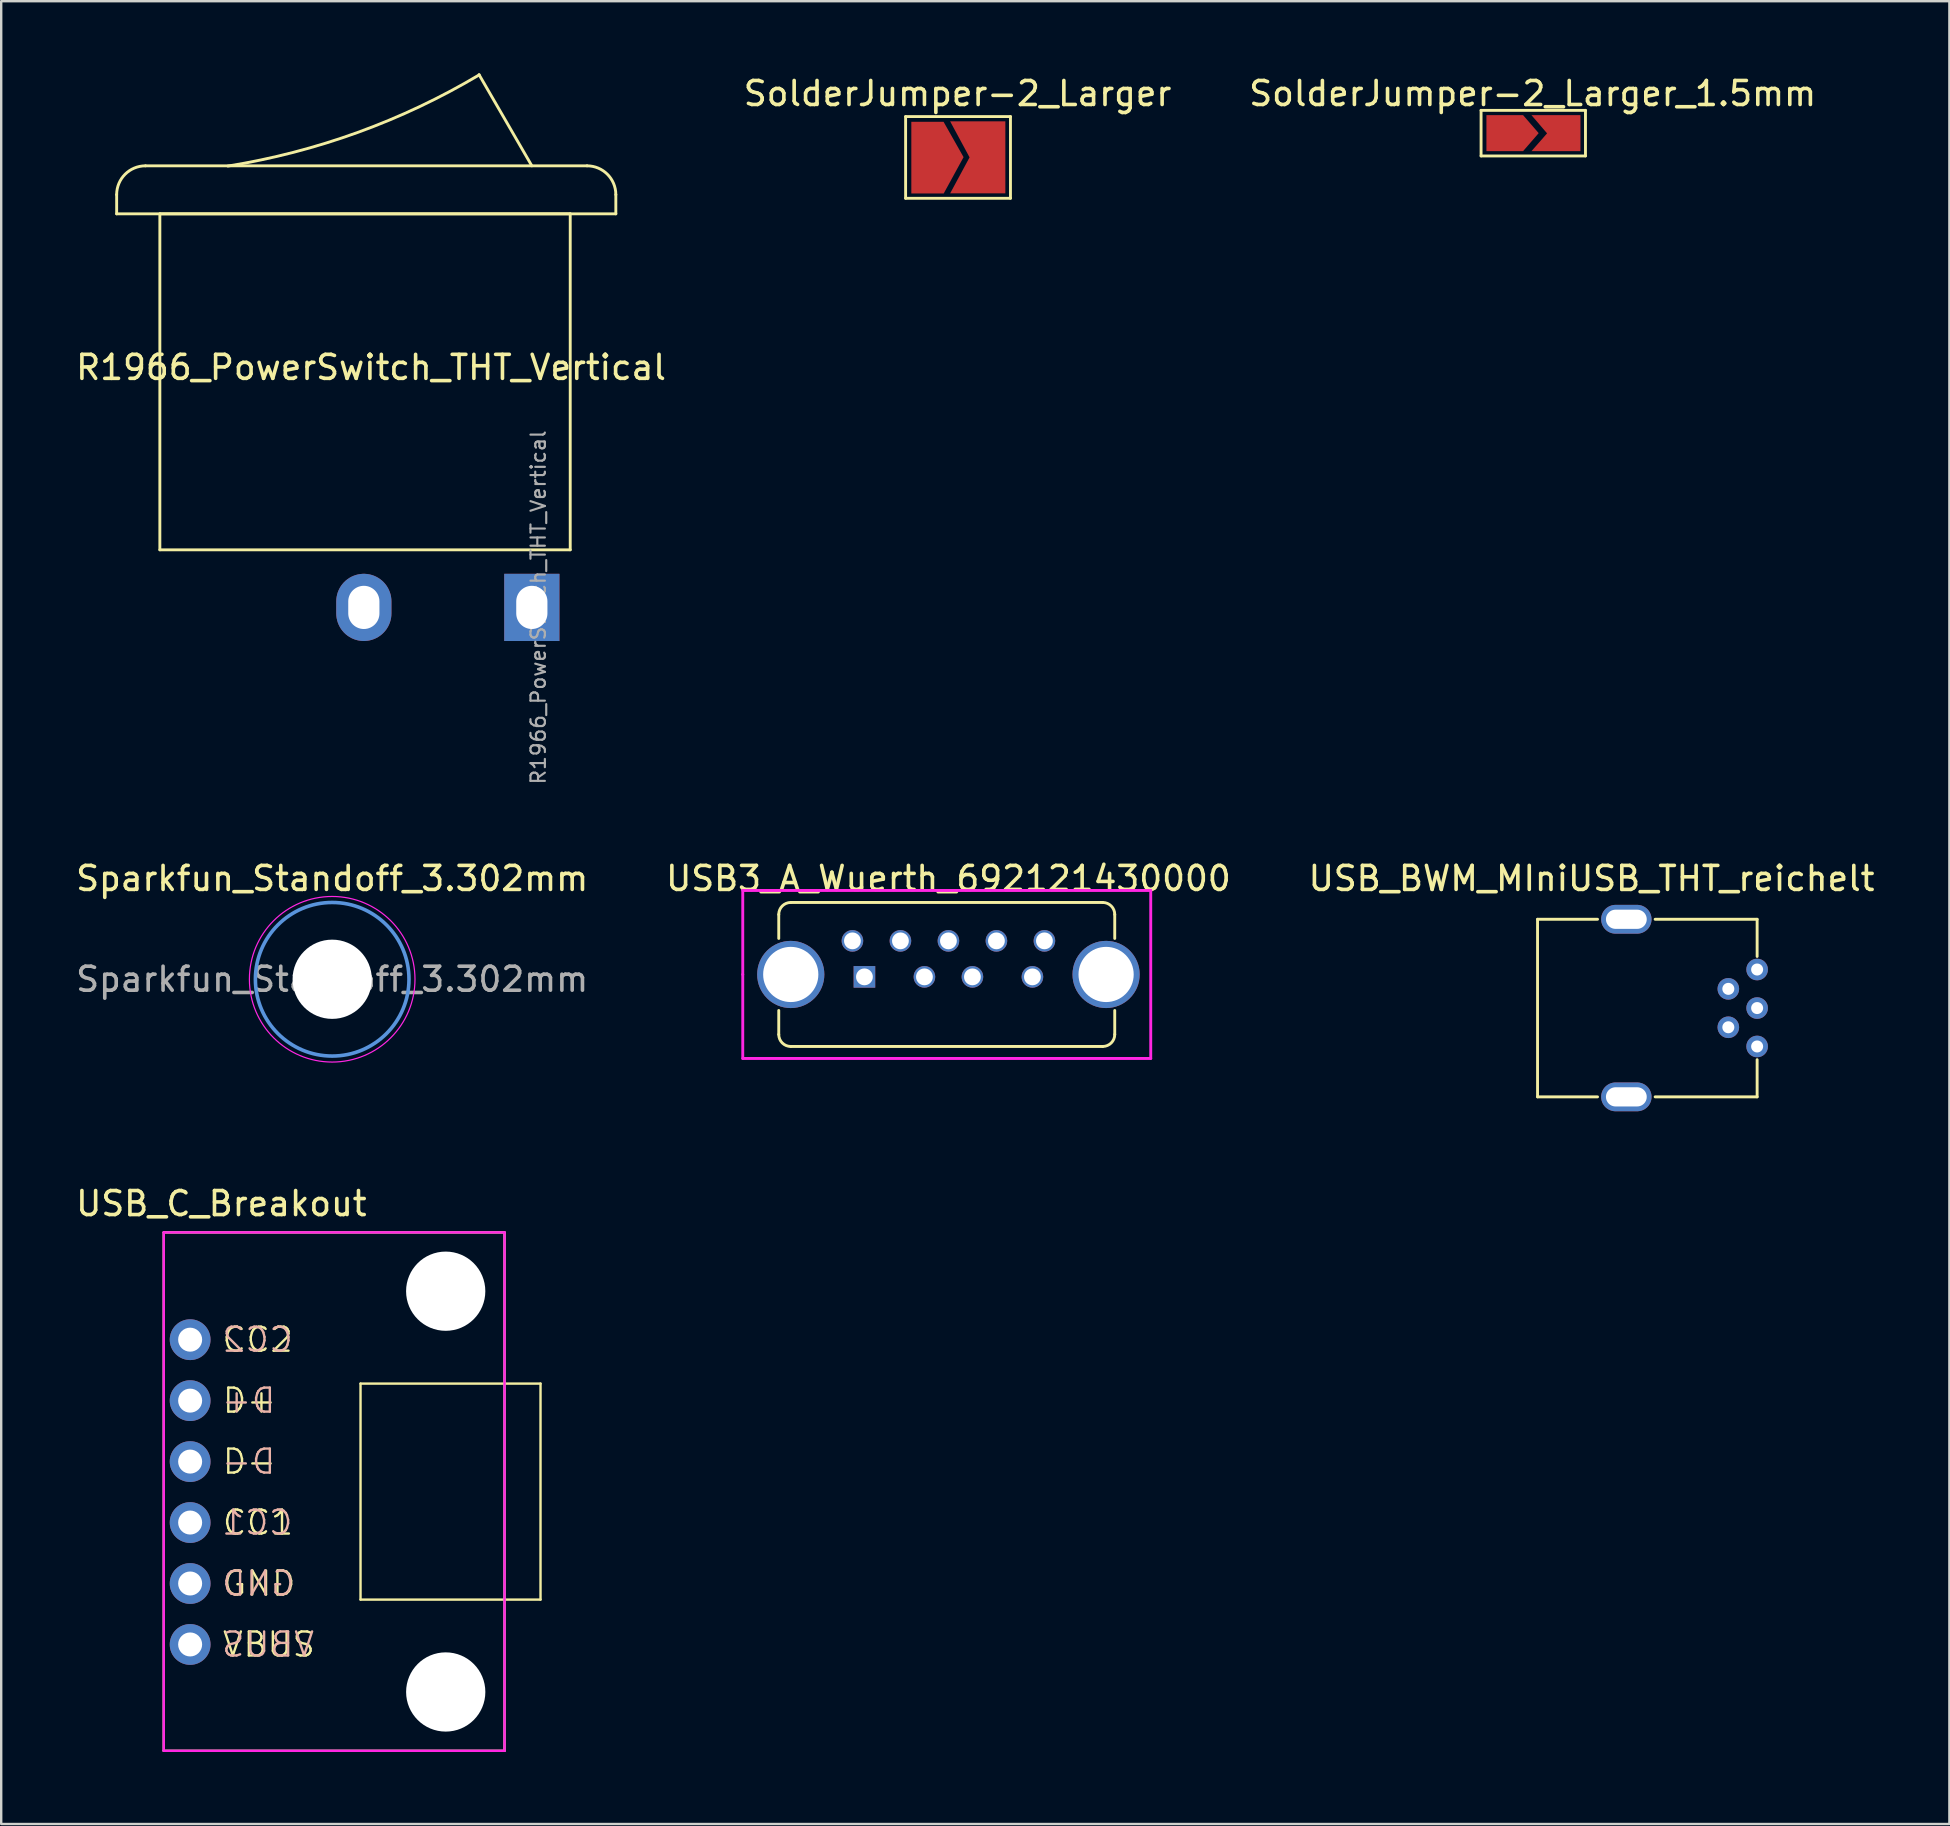
<source format=kicad_pcb>
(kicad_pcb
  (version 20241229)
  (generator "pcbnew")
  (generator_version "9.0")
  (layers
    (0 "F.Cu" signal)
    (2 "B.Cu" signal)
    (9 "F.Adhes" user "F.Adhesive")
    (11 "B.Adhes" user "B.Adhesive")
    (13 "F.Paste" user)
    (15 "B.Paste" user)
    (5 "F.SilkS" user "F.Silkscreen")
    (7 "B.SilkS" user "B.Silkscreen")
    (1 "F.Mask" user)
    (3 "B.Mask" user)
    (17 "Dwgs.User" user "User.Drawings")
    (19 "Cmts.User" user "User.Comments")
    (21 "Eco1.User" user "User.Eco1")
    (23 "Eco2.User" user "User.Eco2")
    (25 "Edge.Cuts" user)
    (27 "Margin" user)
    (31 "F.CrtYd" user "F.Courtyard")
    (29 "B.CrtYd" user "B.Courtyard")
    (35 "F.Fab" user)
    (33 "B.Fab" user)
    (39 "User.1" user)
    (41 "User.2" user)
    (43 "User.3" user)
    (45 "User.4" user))
  (footprint "R1966_PowerSwitch_THT_Vertical"
    (layer "F.Cu")
    (at 19.111 22.26)
    (property "Reference" "R1966_PowerSwitch_THT_Vertical" (at -6.7 -10 0) (layer "F.SilkS") (effects (font (size 1 1) (thickness 0.15))))
    (attr through_hole)
    (fp_line (start -17.3 -17.2) (end -17.3 -16.4) (stroke (width 0.12) (type solid)) (layer "F.SilkS"))
    (fp_line (start -17.3 -16.4) (end 3.5 -16.4) (stroke (width 0.12) (type solid)) (layer "F.SilkS"))
    (fp_line (start -15.5 -16.4) (end -15.5 -2.4) (stroke (width 0.12) (type solid)) (layer "F.SilkS"))
    (fp_line (start -15.5 -16.4) (end 1.6 -16.4) (stroke (width 0.12) (type solid)) (layer "F.SilkS"))
    (fp_line (start -15.5 -2.4) (end 1.6 -2.4) (stroke (width 0.12) (type solid)) (layer "F.SilkS"))
    (fp_line (start 0 -18.4) (end -2.2 -22.2) (stroke (width 0.12) (type solid)) (layer "F.SilkS"))
    (fp_line (start 1.6 -16.4) (end 1.6 -2.4) (stroke (width 0.12) (type solid)) (layer "F.SilkS"))
    (fp_line (start 2.3 -18.4) (end -16.1 -18.4) (stroke (width 0.12) (type solid)) (layer "F.SilkS"))
    (fp_line (start 3.5 -16.4) (end 3.5 -17.2) (stroke (width 0.12) (type solid)) (layer "F.SilkS"))
    (fp_arc (start -17.3 -17.2) (mid -16.948528 -18.048528) (end -16.1 -18.4) (stroke (width 0.12) (type solid)) (layer "F.SilkS"))
    (fp_arc (start -2.193452 -22.188996) (mid -7.250698 -19.793704) (end -12.667702 -18.390411) (stroke (width 0.12) (type solid)) (layer "F.SilkS"))
    (fp_arc (start 2.3 -18.4) (mid 3.148528 -18.048528) (end 3.5 -17.2) (stroke (width 0.12) (type solid)) (layer "F.SilkS"))
    (fp_text user "${REFERENCE}" (at 0.27 0 90) (layer "F.Fab") (effects (font (size 0.6 0.6) (thickness 0.09))))
    (pad "1" thru_hole rect (at 0 0) (size 2.3 2.8) (drill oval 1.3 1.8) (layers "*.Cu" "*.Mask"))
    (pad "2" thru_hole oval (at -7 0) (size 2.3 2.8) (drill oval 1.3 1.8) (layers "*.Cu" "*.Mask")))
  (footprint "SolderJumper-2_Larger_1.5mm"
    (layer "F.Cu")
    (at 60.815 2.498)
    (property "Reference" "SolderJumper-2_Larger_1.5mm" (at 0 -1.65 0) (layer "F.SilkS") (effects (font (size 1 1) (thickness 0.15))))
    (attr exclude_from_pos_files exclude_from_bom)
    (fp_line (start -2.15 -0.95) (end 2.2 -0.95) (stroke (width 0.12) (type solid)) (layer "F.SilkS"))
    (fp_line (start -2.15 0.95) (end -2.15 -0.95) (stroke (width 0.12) (type solid)) (layer "F.SilkS"))
    (fp_line (start 2.2 -0.95) (end 2.2 0.95) (stroke (width 0.12) (type solid)) (layer "F.SilkS"))
    (fp_line (start 2.2 0.95) (end -2.15 0.95) (stroke (width 0.12) (type solid)) (layer "F.SilkS"))
    (pad "1" smd custom (at -1.067 0 180) (size 0.86 0.889) (layers "F.Cu" "F.Mask") (options (anchor rect)) (primitives (gr_poly (pts (xy -1.317 0) (xy -0.667 -0.75) (xy 0.86 -0.75) (xy 0.86 0.75) (xy -0.667 0.75)) (width 0) (fill yes))))
    (pad "2" smd custom (at 1.295 0 180) (size 0.762 0.762) (layers "F.Cu" "F.Mask") (options (anchor rect)) (primitives (gr_poly (pts (xy -0.696 -0.75) (xy 1.345 -0.75) (xy 0.695 -0.009) (xy 1.345 0.75) (xy -0.696 0.75)) (width 0) (fill yes)))))
  (footprint "USB3_A_Wuerth_692121430000"
    (layer "F.Cu")
    (at 29.9 37.555)
    (property "Reference" "USB3_A_Wuerth_692121430000" (at 6.57 -4 0) (layer "F.SilkS") (effects (font (size 1 1) (thickness 0.15))))
    (attr through_hole)
    (fp_line (start -0.5 -2.5) (end -0.5 -1.5) (stroke (width 0.12) (type solid)) (layer "F.SilkS"))
    (fp_line (start -0.5 1.5) (end -0.5 2.5) (stroke (width 0.12) (type solid)) (layer "F.SilkS"))
    (fp_line (start 0 3) (end 13 3) (stroke (width 0.12) (type solid)) (layer "F.SilkS"))
    (fp_line (start 13 -3) (end 0 -3) (stroke (width 0.12) (type solid)) (layer "F.SilkS"))
    (fp_line (start 13.5 -1.5) (end 13.5 -2.5) (stroke (width 0.12) (type solid)) (layer "F.SilkS"))
    (fp_line (start 13.5 2.5) (end 13.5 1.5) (stroke (width 0.12) (type solid)) (layer "F.SilkS"))
    (fp_arc (start -0.5 -2.5) (mid -0.353553 -2.853553) (end 0 -3) (stroke (width 0.12) (type solid)) (layer "F.SilkS"))
    (fp_arc (start 0 3) (mid -0.353553 2.853553) (end -0.5 2.5) (stroke (width 0.12) (type solid)) (layer "F.SilkS"))
    (fp_arc (start 13 -3) (mid 13.353553 -2.853553) (end 13.5 -2.5) (stroke (width 0.12) (type solid)) (layer "F.SilkS"))
    (fp_arc (start 13.5 2.5) (mid 13.353553 2.853553) (end 13 3) (stroke (width 0.12) (type solid)) (layer "F.SilkS"))
    (fp_line (start -2 -3.5) (end 15 -3.5) (stroke (width 0.12) (type solid)) (layer "F.CrtYd"))
    (fp_line (start -2 0) (end -2 -3.5) (stroke (width 0.12) (type solid)) (layer "F.CrtYd"))
    (fp_line (start -2 3.5) (end -2 0) (stroke (width 0.12) (type solid)) (layer "F.CrtYd"))
    (fp_line (start 15 -3.5) (end 15 3.5) (stroke (width 0.12) (type solid)) (layer "F.CrtYd"))
    (fp_line (start 15 3.5) (end -2 3.5) (stroke (width 0.12) (type solid)) (layer "F.CrtYd"))
    (pad "1" thru_hole rect (at 3.07 0.1) (size 0.9 0.9) (drill 0.7) (layers "*.Cu" "*.Mask"))
    (pad "2" thru_hole circle (at 5.57 0.1) (size 0.9 0.9) (drill 0.7) (layers "*.Cu" "*.Mask"))
    (pad "3" thru_hole circle (at 7.57 0.1) (size 0.9 0.9) (drill 0.7) (layers "*.Cu" "*.Mask"))
    (pad "4" thru_hole circle (at 10.07 0.1) (size 0.9 0.9) (drill 0.7) (layers "*.Cu" "*.Mask"))
    (pad "5" thru_hole circle (at 10.57 -1.4) (size 0.9 0.9) (drill 0.7) (layers "*.Cu" "*.Mask"))
    (pad "6" thru_hole circle (at 8.57 -1.4) (size 0.9 0.9) (drill 0.7) (layers "*.Cu" "*.Mask"))
    (pad "7" thru_hole circle (at 6.57 -1.4) (size 0.9 0.9) (drill 0.7) (layers "*.Cu" "*.Mask"))
    (pad "8" thru_hole circle (at 4.57 -1.4) (size 0.9 0.9) (drill 0.7) (layers "*.Cu" "*.Mask"))
    (pad "9" thru_hole circle (at 2.57 -1.4) (size 0.9 0.9) (drill 0.7) (layers "*.Cu" "*.Mask"))
    (pad "10" thru_hole circle (at 0 0) (size 2.8 2.8) (drill 2.3) (layers "*.Cu" "*.Mask"))
    (pad "10" thru_hole circle (at 13.14 0) (size 2.8 2.8) (drill 2.3) (layers "*.Cu" "*.Mask")))
  (footprint "USB_BWM_MIniUSB_THT_reichelt"
    (layer "F.Cu")
    (at 61.018 35.255)
    (property "Reference" "USB_BWM_MIniUSB_THT_reichelt" (at 2.25 -1.7 0) (layer "F.SilkS") (effects (font (size 1 1) (thickness 0.15))))
    (attr through_hole)
    (fp_line (start 0 0) (end 0 7.4) (stroke (width 0.12) (type solid)) (layer "F.SilkS"))
    (fp_line (start 2.5 0) (end 0 0) (stroke (width 0.12) (type solid)) (layer "F.SilkS"))
    (fp_line (start 2.5 7.4) (end 0 7.4) (stroke (width 0.12) (type solid)) (layer "F.SilkS"))
    (fp_line (start 9.15 0) (end 4.9 0) (stroke (width 0.12) (type solid)) (layer "F.SilkS"))
    (fp_line (start 9.15 0) (end 9.15 1.55) (stroke (width 0.12) (type solid)) (layer "F.SilkS"))
    (fp_line (start 9.15 5.85) (end 9.15 7.4) (stroke (width 0.12) (type solid)) (layer "F.SilkS"))
    (fp_line (start 9.15 7.4) (end 4.9 7.4) (stroke (width 0.12) (type solid)) (layer "F.SilkS"))
    (pad "" thru_hole oval (at 3.7 0) (size 2.1 1.2) (drill oval 1.7 0.8) (layers "*.Cu" "*.Mask"))
    (pad "" thru_hole oval (at 3.7 7.4) (size 2.1 1.2) (drill oval 1.7 0.8) (layers "*.Cu" "*.Mask"))
    (pad "1" thru_hole circle (at 9.15 2.094) (size 0.9 0.9) (drill 0.5) (layers "*.Cu" "*.Mask"))
    (pad "2" thru_hole circle (at 7.95 2.9) (size 0.9 0.9) (drill 0.5) (layers "*.Cu" "*.Mask"))
    (pad "3" thru_hole circle (at 9.15 3.7) (size 0.9 0.9) (drill 0.5) (layers "*.Cu" "*.Mask"))
    (pad "4" thru_hole circle (at 7.95 4.5) (size 0.9 0.9) (drill 0.5) (layers "*.Cu" "*.Mask"))
    (pad "5" thru_hole circle (at 9.15 5.3) (size 0.9 0.9) (drill 0.5) (layers "*.Cu" "*.Mask")))
  (footprint "Sparkfun_Standoff_3.302mm"
    (layer "F.Cu")
    (at 10.792 37.755)
    (property "Reference" "Sparkfun_Standoff_3.302mm" (at 0 -4.2 0) (layer "F.SilkS") (effects (font (size 1 1) (thickness 0.15))))
    (attr exclude_from_pos_files exclude_from_bom)
    (fp_circle (center 0 0) (end 3.2 0) (stroke (width 0.15) (type solid)) (fill no) (layer "Cmts.User"))
    (fp_circle (center 0 0) (end 3.45 0) (stroke (width 0.05) (type solid)) (fill no) (layer "F.CrtYd"))
    (fp_text user "${REFERENCE}" (at 0 0 0) (layer "F.Fab") (effects (font (size 1 1) (thickness 0.15))))
    (pad "" np_thru_hole circle (at 0 0) (size 3.302 3.302) (drill 3.302) (layers "*.Cu" "*.Mask")))
  (footprint "SolderJumper-2_Larger"
    (layer "F.Cu")
    (at 36.851 3.498)
    (property "Reference" "SolderJumper-2_Larger" (at 0 -2.65 0) (layer "F.SilkS") (effects (font (size 1 1) (thickness 0.15))))
    (attr exclude_from_pos_files exclude_from_bom)
    (fp_line (start -2.165 -1.69) (end 2.204 -1.69) (stroke (width 0.12) (type solid)) (layer "F.SilkS"))
    (fp_line (start -2.165 1.714) (end -2.165 -1.69) (stroke (width 0.12) (type solid)) (layer "F.SilkS"))
    (fp_line (start 2.204 -1.69) (end 2.204 1.714) (stroke (width 0.12) (type solid)) (layer "F.SilkS"))
    (fp_line (start 2.204 1.714) (end -2.165 1.714) (stroke (width 0.12) (type solid)) (layer "F.SilkS"))
    (pad "1" smd custom (at -1.067 0 180) (size 0.86 0.889) (layers "F.Cu" "F.Mask") (options (anchor rect)) (primitives (gr_poly (pts (xy -1.317 0) (xy -0.49 -1.513) (xy 0.86 -1.513) (xy 0.86 1.473) (xy -0.483 1.473)) (width 0) (fill yes))))
    (pad "2" smd custom (at 1.295 0 180) (size 0.762 0.762) (layers "F.Cu" "F.Mask") (options (anchor rect)) (primitives (gr_poly (pts (xy -0.696 -1.509) (xy 1.604 -1.509) (xy 0.795 -0.009) (xy 1.604 1.491) (xy -0.696 1.491)) (width 0) (fill yes)))))
  (footprint "USB_C_Breakout"
    (layer "F.Cu")
    (at 3.773 48.303)
    (property "Reference" "USB_C_Breakout" (at 2.4 -1.2 0) (layer "F.SilkS") (effects (font (size 1 1) (thickness 0.15))))
    (attr through_hole)
    (fp_line (start 0 0) (end 14.2 0) (stroke (width 0.1) (type default)) (layer "F.SilkS"))
    (fp_line (start 0 21.6) (end 0 0) (stroke (width 0.1) (type default)) (layer "F.SilkS"))
    (fp_line (start 8.2 6.3) (end 15.7 6.3) (stroke (width 0.1) (type default)) (layer "F.SilkS"))
    (fp_line (start 8.2 15.3) (end 8.2 6.3) (stroke (width 0.1) (type default)) (layer "F.SilkS"))
    (fp_line (start 14.2 0) (end 14.2 21.6) (stroke (width 0.1) (type default)) (layer "F.SilkS"))
    (fp_line (start 14.2 21.6) (end 0 21.6) (stroke (width 0.1) (type default)) (layer "F.SilkS"))
    (fp_line (start 15.7 6.3) (end 15.7 15.3) (stroke (width 0.1) (type default)) (layer "F.SilkS"))
    (fp_line (start 15.7 15.3) (end 8.2 15.3) (stroke (width 0.1) (type default)) (layer "F.SilkS"))
    (fp_line (start 0 0) (end 14.2 0) (stroke (width 0.1) (type default)) (layer "F.CrtYd"))
    (fp_line (start 0 21.6) (end 0 0) (stroke (width 0.1) (type default)) (layer "F.CrtYd"))
    (fp_line (start 14.2 0) (end 14.2 21.6) (stroke (width 0.1) (type default)) (layer "F.CrtYd"))
    (fp_line (start 14.2 21.6) (end 0 21.6) (stroke (width 0.1) (type default)) (layer "F.CrtYd"))
    (fp_text user "CC2" (at 2.37 4.47 0) (unlocked yes) (layer "F.SilkS") (effects (font (size 1 1) (thickness 0.1)) (justify left)))
    (fp_text user "D-" (at 2.386 9.55 0) (unlocked yes) (layer "F.SilkS") (effects (font (size 1 1) (thickness 0.1)) (justify left)))
    (fp_text user "D+" (at 2.386 7.01 0) (unlocked yes) (layer "F.SilkS") (effects (font (size 1 1) (thickness 0.1)) (justify left)))
    (fp_text user "VBUS" (at 2.386 17.17 0) (unlocked yes) (layer "F.SilkS") (effects (font (size 1 1) (thickness 0.1)) (justify left)))
    (fp_text user "CC1" (at 2.386 12.09 0) (unlocked yes) (layer "F.SilkS") (effects (font (size 1 1) (thickness 0.1)) (justify left)))
    (fp_text user "GND" (at 2.386 14.63 0) (unlocked yes) (layer "F.SilkS") (effects (font (size 1 1) (thickness 0.1)) (justify left)))
    (fp_text user "D-" (at 2.354 9.55 0) (unlocked yes) (layer "B.SilkS") (effects (font (size 1 1) (thickness 0.1)) (justify right mirror)))
    (fp_text user "D+" (at 2.354 7.01 0) (unlocked yes) (layer "B.SilkS") (effects (font (size 1 1) (thickness 0.1)) (justify right mirror)))
    (fp_text user "GND" (at 2.354 14.63 0) (unlocked yes) (layer "B.SilkS") (effects (font (size 1 1) (thickness 0.1)) (justify right mirror)))
    (fp_text user "CC2" (at 2.37 4.47 0) (unlocked yes) (layer "B.SilkS") (effects (font (size 1 1) (thickness 0.1)) (justify right mirror)))
    (fp_text user "VBUS" (at 2.354 17.17 0) (unlocked yes) (layer "B.SilkS") (effects (font (size 1 1) (thickness 0.1)) (justify right mirror)))
    (fp_text user "CC1" (at 2.354 12.09 0) (unlocked yes) (layer "B.SilkS") (effects (font (size 1 1) (thickness 0.1)) (justify right mirror)))
    (pad "" np_thru_hole circle (at 11.749 2.45) (size 3.302 3.302) (drill 3.302) (layers "*.Cu" "*.Mask"))
    (pad "" np_thru_hole circle (at 11.75 19.15) (size 3.302 3.302) (drill 3.302) (layers "*.Cu" "*.Mask"))
    (pad "1" thru_hole oval (at 1.1 17.17) (size 1.7 1.7) (drill 1) (layers "*.Cu" "*.Mask"))
    (pad "2" thru_hole oval (at 1.1 14.63) (size 1.7 1.7) (drill 1) (layers "*.Cu" "*.Mask"))
    (pad "3" thru_hole oval (at 1.1 12.09) (size 1.7 1.7) (drill 1) (layers "*.Cu" "*.Mask"))
    (pad "4" thru_hole oval (at 1.1 9.55) (size 1.7 1.7) (drill 1) (layers "*.Cu" "*.Mask"))
    (pad "5" thru_hole oval (at 1.1 7.01) (size 1.7 1.7) (drill 1) (layers "*.Cu" "*.Mask"))
    (pad "6" thru_hole circle (at 1.1 4.47) (size 1.7 1.7) (drill 1) (layers "*.Cu" "*.Mask")))
  (gr_rect
    (start -3 -3)
    (end 78.179 72.953)
    (stroke (width 0.1) (type default))
    (fill no)
    (layer "Edge.Cuts")))
</source>
